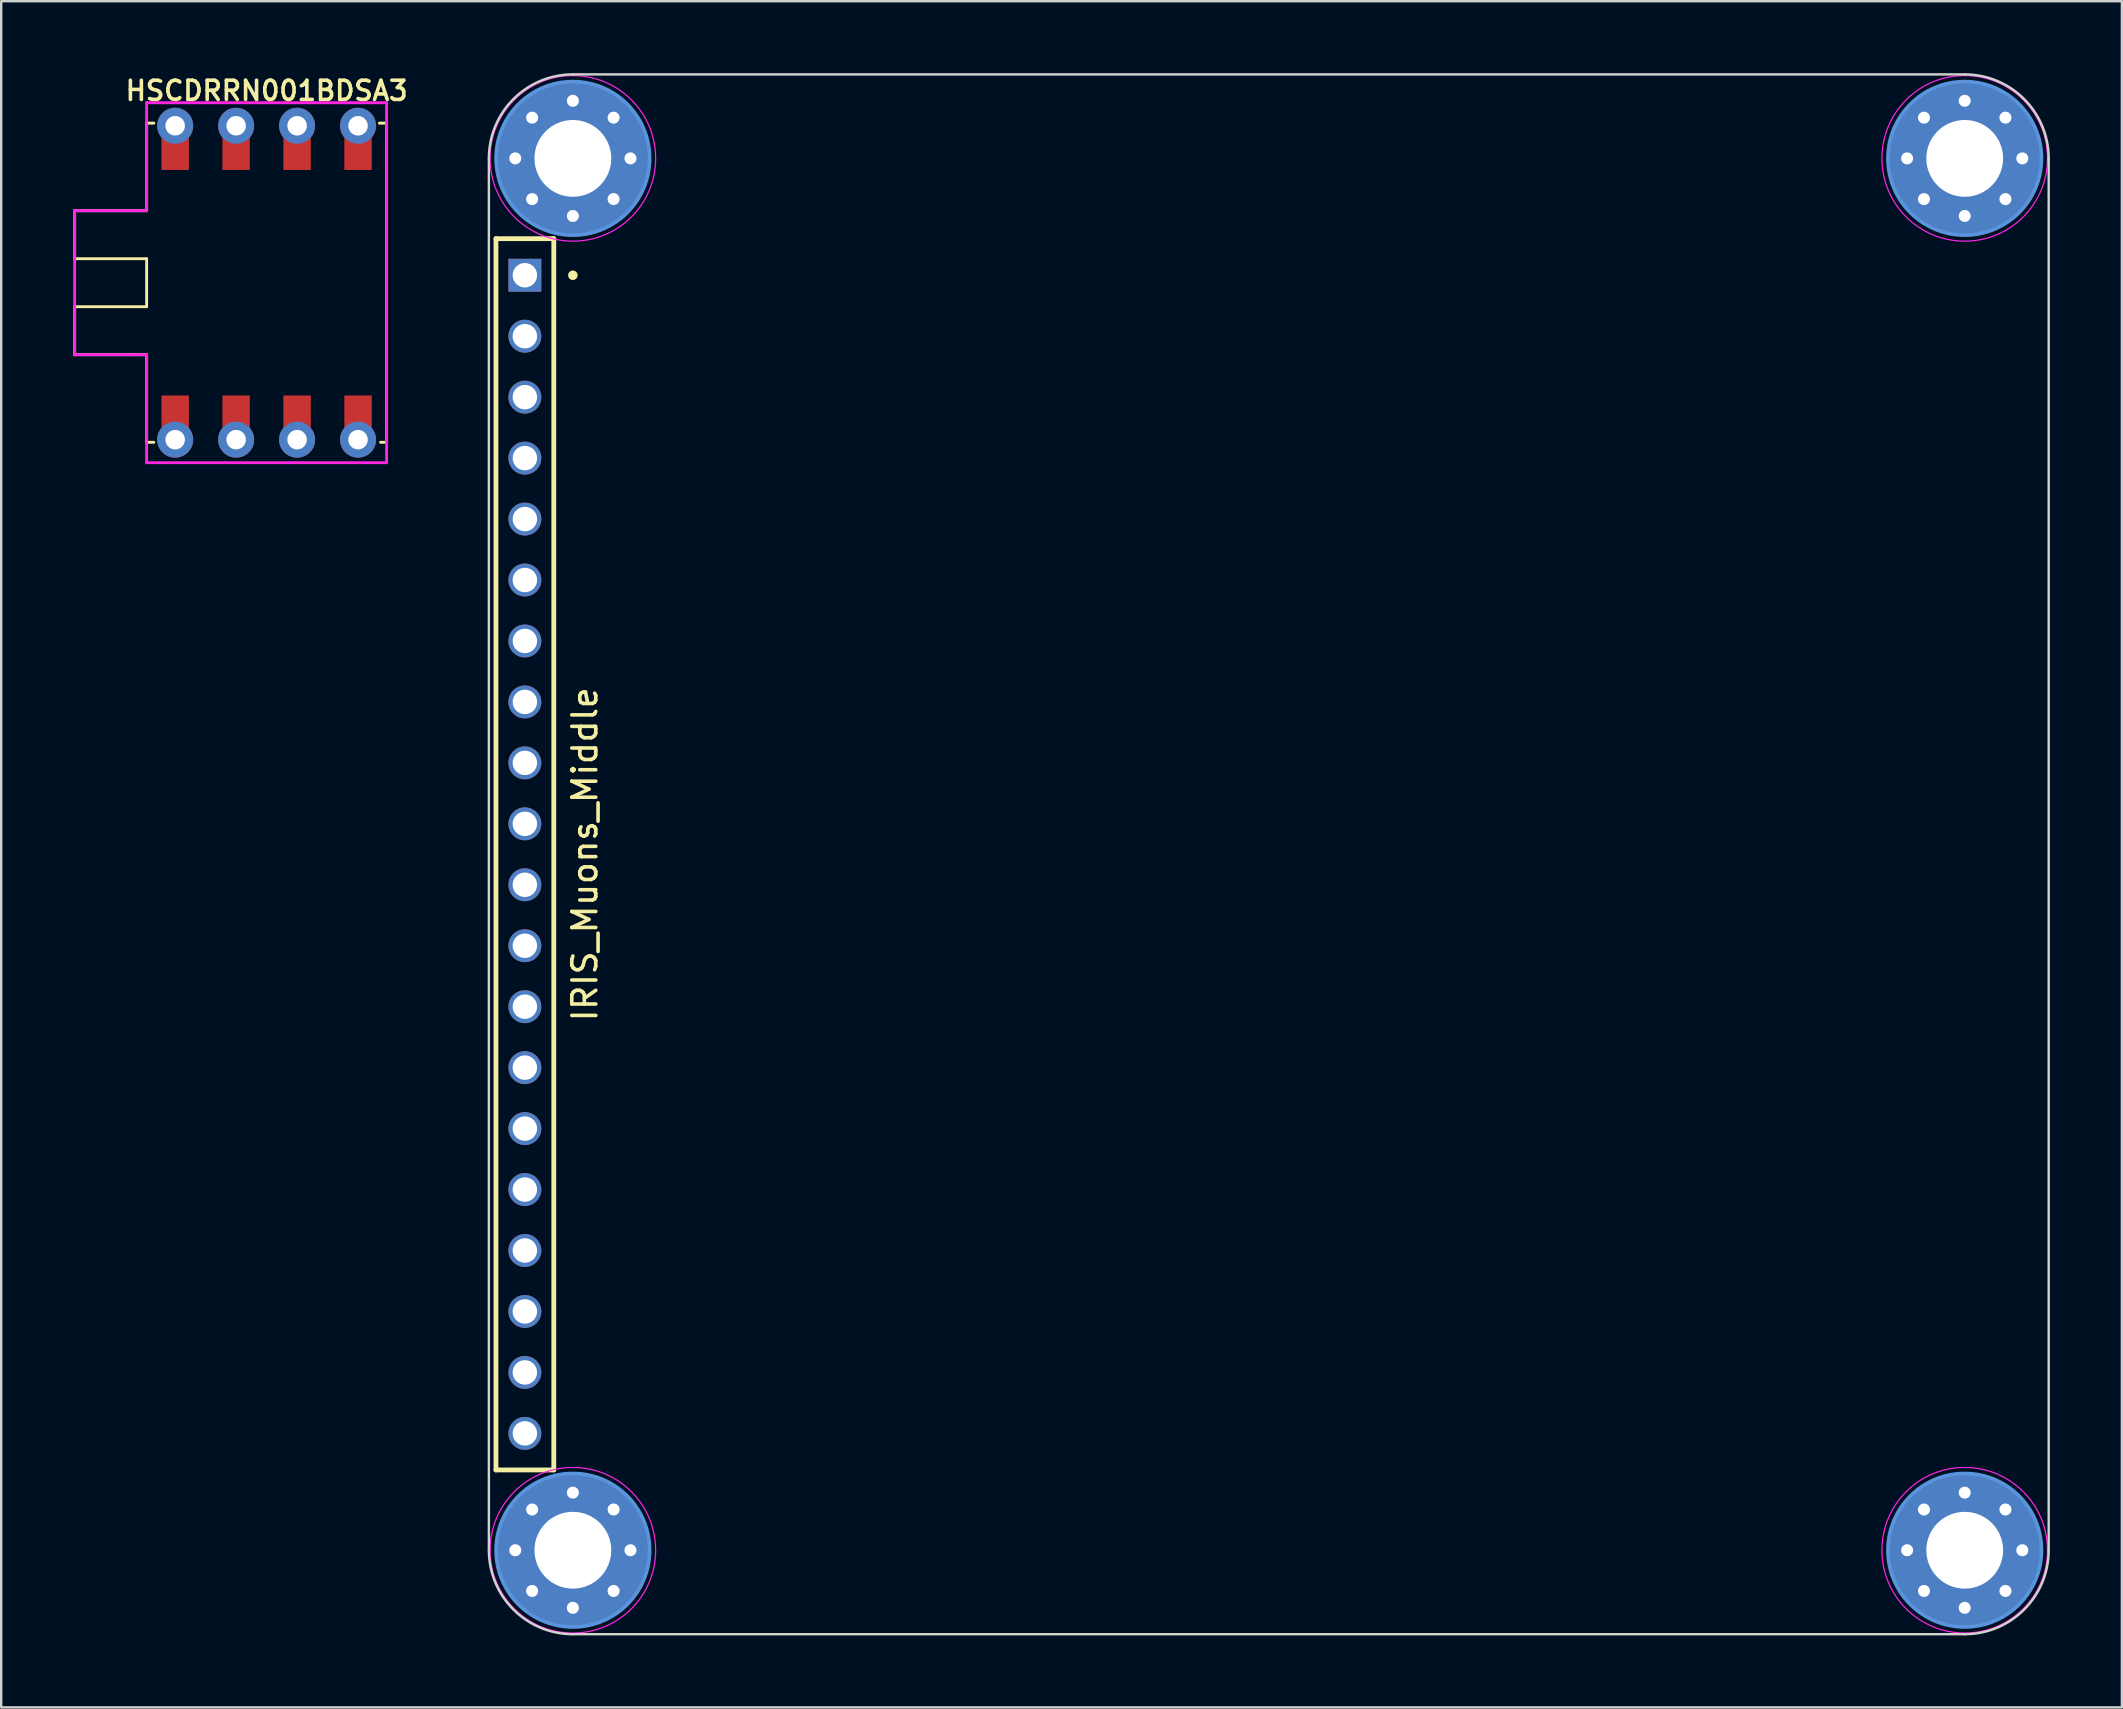
<source format=kicad_pcb>
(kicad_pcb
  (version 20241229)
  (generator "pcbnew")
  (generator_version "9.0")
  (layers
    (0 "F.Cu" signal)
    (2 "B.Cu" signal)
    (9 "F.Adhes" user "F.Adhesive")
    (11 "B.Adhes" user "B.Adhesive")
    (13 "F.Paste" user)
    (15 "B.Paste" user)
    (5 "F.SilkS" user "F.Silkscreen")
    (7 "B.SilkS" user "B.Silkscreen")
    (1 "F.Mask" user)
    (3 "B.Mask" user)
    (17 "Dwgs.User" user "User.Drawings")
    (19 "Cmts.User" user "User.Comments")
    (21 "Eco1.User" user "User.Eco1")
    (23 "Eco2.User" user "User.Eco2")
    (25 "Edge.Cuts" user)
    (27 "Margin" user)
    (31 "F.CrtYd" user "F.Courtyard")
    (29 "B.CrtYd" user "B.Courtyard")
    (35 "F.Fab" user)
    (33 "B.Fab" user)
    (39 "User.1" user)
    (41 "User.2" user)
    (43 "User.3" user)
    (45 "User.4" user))
  (footprint "HSCDRRN001BDSA3"
    (layer "F.Cu")
    (at 8.06 8.731)
    (property "Reference" "HSCDRRN001BDSA3" (at 0 -8 180) (layer "F.SilkS") (effects (font (size 0.8 0.8) (thickness 0.15))))
    (attr through_hole)
    (fp_line (start -8 -3) (end -5 -3) (stroke (width 0.12) (type solid)) (layer "F.SilkS"))
    (fp_line (start -8 -2) (end -8 -3) (stroke (width 0.12) (type solid)) (layer "F.SilkS"))
    (fp_line (start -8 -2) (end -8 -1) (stroke (width 0.12) (type solid)) (layer "F.SilkS"))
    (fp_line (start -8 -1) (end -5 -1) (stroke (width 0.12) (type solid)) (layer "F.SilkS"))
    (fp_line (start -8 1) (end -8 3) (stroke (width 0.12) (type solid)) (layer "F.SilkS"))
    (fp_line (start -8 1) (end -5 1) (stroke (width 0.12) (type solid)) (layer "F.SilkS"))
    (fp_line (start -8 3) (end -5.5 3) (stroke (width 0.12) (type solid)) (layer "F.SilkS"))
    (fp_line (start -5.5 3) (end -5 3) (stroke (width 0.12) (type solid)) (layer "F.SilkS"))
    (fp_line (start -5 -6.65) (end -4.7 -6.65) (stroke (width 0.12) (type solid)) (layer "F.SilkS"))
    (fp_line (start -5 -3) (end -5 -6.65) (stroke (width 0.12) (type solid)) (layer "F.SilkS"))
    (fp_line (start -5 -1) (end -5 1) (stroke (width 0.12) (type solid)) (layer "F.SilkS"))
    (fp_line (start -5 3) (end -5 6.65) (stroke (width 0.12) (type solid)) (layer "F.SilkS"))
    (fp_line (start -4.7 6.65) (end -5 6.65) (stroke (width 0.12) (type solid)) (layer "F.SilkS"))
    (fp_line (start 5 -6.65) (end 4.7 -6.65) (stroke (width 0.12) (type solid)) (layer "F.SilkS"))
    (fp_line (start 5 -6.65) (end 5 6.65) (stroke (width 0.12) (type solid)) (layer "F.SilkS"))
    (fp_line (start 5 6.65) (end 4.75 6.65) (stroke (width 0.12) (type solid)) (layer "F.SilkS"))
    (fp_line (start -8 -3) (end -8 3) (stroke (width 0.12) (type solid)) (layer "F.CrtYd"))
    (fp_line (start -8 3) (end -5 3) (stroke (width 0.12) (type solid)) (layer "F.CrtYd"))
    (fp_line (start -5 -7.5) (end -5 -3) (stroke (width 0.12) (type solid)) (layer "F.CrtYd"))
    (fp_line (start -5 -3) (end -8 -3) (stroke (width 0.12) (type solid)) (layer "F.CrtYd"))
    (fp_line (start -5 3) (end -5 7.5) (stroke (width 0.12) (type solid)) (layer "F.CrtYd"))
    (fp_line (start -5 7.5) (end 5 7.5) (stroke (width 0.12) (type solid)) (layer "F.CrtYd"))
    (fp_line (start 5 -7.5) (end -5 -7.5) (stroke (width 0.12) (type solid)) (layer "F.CrtYd"))
    (fp_line (start 5 7.5) (end 5 -7.5) (stroke (width 0.12) (type solid)) (layer "F.CrtYd"))
    (pad "1" smd rect (at -3.81 5.397) (size 1.143 1.397) (layers "F.Cu" "F.Mask"))
    (pad "1" thru_hole circle (at -3.81 6.54) (size 1.5 1.5) (drill 0.813) (layers "*.Cu" "*.Mask"))
    (pad "2" smd rect (at -1.27 5.397) (size 1.143 1.397) (layers "F.Cu" "F.Mask"))
    (pad "2" thru_hole circle (at -1.27 6.54) (size 1.5 1.5) (drill 0.813) (layers "*.Cu" "*.Mask"))
    (pad "3" smd rect (at 1.27 5.397) (size 1.143 1.397) (layers "F.Cu" "F.Mask"))
    (pad "3" thru_hole circle (at 1.27 6.54) (size 1.5 1.5) (drill 0.813) (layers "*.Cu" "*.Mask"))
    (pad "4" smd rect (at 3.81 5.397) (size 1.143 1.397) (layers "F.Cu" "F.Mask"))
    (pad "4" thru_hole circle (at 3.81 6.54) (size 1.5 1.5) (drill 0.813) (layers "*.Cu" "*.Mask"))
    (pad "5" thru_hole circle (at 3.81 -6.54) (size 1.5 1.5) (drill 0.813) (layers "*.Cu" "*.Mask"))
    (pad "5" smd rect (at 3.81 -5.397 180) (size 1.143 1.397) (layers "F.Cu" "F.Mask"))
    (pad "6" thru_hole circle (at 1.27 -6.54) (size 1.5 1.5) (drill 0.813) (layers "*.Cu" "*.Mask"))
    (pad "6" smd rect (at 1.27 -5.397 180) (size 1.143 1.397) (layers "F.Cu" "F.Mask"))
    (pad "7" thru_hole circle (at -1.27 -6.54) (size 1.5 1.5) (drill 0.813) (layers "*.Cu" "*.Mask"))
    (pad "7" smd rect (at -1.27 -5.397 180) (size 1.143 1.397) (layers "F.Cu" "F.Mask"))
    (pad "8" thru_hole circle (at -3.81 -6.54) (size 1.5 1.5) (drill 0.813) (layers "*.Cu" "*.Mask"))
    (pad "8" smd rect (at -3.81 -5.397 180) (size 1.143 1.397) (layers "F.Cu" "F.Mask")))
  (footprint "IRIS_Muons_Middle"
    (layer "F.Cu")
    (at 17.322 32.55)
    (property "Reference" "IRIS_Muons_Middle" (at 4 0 90) (layer "F.SilkS") (effects (font (size 1 1) (thickness 0.15))))
    (attr exclude_from_pos_files exclude_from_bom)
    (fp_line (start 0.295 -25.655) (end 2.705 -25.655) (stroke (width 0.2) (type solid)) (layer "F.SilkS"))
    (fp_line (start 0.295 25.655) (end 0.295 -25.655) (stroke (width 0.2) (type solid)) (layer "F.SilkS"))
    (fp_line (start 2.705 25.655) (end 0.295 25.655) (stroke (width 0.2) (type solid)) (layer "F.SilkS"))
    (fp_line (start 2.705 25.655) (end 2.705 -25.655) (stroke (width 0.2) (type solid)) (layer "F.SilkS"))
    (fp_circle (center 3.5 -24.13) (end 3.5 -24.03) (stroke (width 0.2) (type solid)) (fill no) (layer "F.SilkS"))
    (fp_circle (center 3.5 -29) (end 6.7 -29) (stroke (width 0.15) (type solid)) (fill no) (layer "Cmts.User"))
    (fp_circle (center 3.5 29) (end 6.7 29) (stroke (width 0.15) (type solid)) (fill no) (layer "Cmts.User"))
    (fp_circle (center 61.5 -29) (end 64.7 -29) (stroke (width 0.15) (type solid)) (fill no) (layer "Cmts.User"))
    (fp_circle (center 61.5 29) (end 64.7 29) (stroke (width 0.15) (type solid)) (fill no) (layer "Cmts.User"))
    (fp_line (start 0 -29) (end 0 29) (stroke (width 0.1) (type solid)) (layer "Edge.Cuts"))
    (fp_line (start 3.5 -32.5) (end 61.5 -32.5) (stroke (width 0.1) (type solid)) (layer "Edge.Cuts"))
    (fp_line (start 61.5 32.5) (end 3.5 32.5) (stroke (width 0.1) (type solid)) (layer "Edge.Cuts"))
    (fp_line (start 65 -29) (end 65 29) (stroke (width 0.1) (type solid)) (layer "Edge.Cuts"))
    (fp_arc (start 0 -29) (mid 1.025126 -31.474874) (end 3.5 -32.5) (stroke (width 0.1) (type solid)) (layer "Edge.Cuts"))
    (fp_arc (start 3.5 32.5) (mid 1.025126 31.474874) (end 0 29) (stroke (width 0.1) (type solid)) (layer "Edge.Cuts"))
    (fp_arc (start 61.5 -32.5) (mid 63.974874 -31.474874) (end 65 -29) (stroke (width 0.1) (type solid)) (layer "Edge.Cuts"))
    (fp_arc (start 65 29) (mid 63.974874 31.474874) (end 61.5 32.5) (stroke (width 0.1) (type solid)) (layer "Edge.Cuts"))
    (fp_circle (center 3.5 -29) (end 6.95 -29) (stroke (width 0.05) (type solid)) (fill no) (layer "F.CrtYd"))
    (fp_circle (center 3.5 29) (end 6.95 29) (stroke (width 0.05) (type solid)) (fill no) (layer "F.CrtYd"))
    (fp_circle (center 61.5 -29) (end 64.95 -29) (stroke (width 0.05) (type solid)) (fill no) (layer "F.CrtYd"))
    (fp_circle (center 61.5 29) (end 64.95 29) (stroke (width 0.05) (type solid)) (fill no) (layer "F.CrtYd"))
    (pad "1" thru_hole rect (at 1.5 -24.13 270) (size 1.37 1.37) (drill 1.02) (layers "*.Cu" "*.Mask"))
    (pad "2" thru_hole circle (at 1.5 -21.59 270) (size 1.37 1.37) (drill 1.02) (layers "*.Cu" "*.Mask"))
    (pad "3" thru_hole circle (at 1.5 -19.05 270) (size 1.37 1.37) (drill 1.02) (layers "*.Cu" "*.Mask"))
    (pad "4" thru_hole circle (at 1.5 -16.51 270) (size 1.37 1.37) (drill 1.02) (layers "*.Cu" "*.Mask"))
    (pad "5" thru_hole circle (at 1.5 -13.97 270) (size 1.37 1.37) (drill 1.02) (layers "*.Cu" "*.Mask"))
    (pad "6" thru_hole circle (at 1.5 -11.43 270) (size 1.37 1.37) (drill 1.02) (layers "*.Cu" "*.Mask"))
    (pad "7" thru_hole circle (at 1.5 -8.89 270) (size 1.37 1.37) (drill 1.02) (layers "*.Cu" "*.Mask"))
    (pad "8" thru_hole circle (at 1.5 -6.35 270) (size 1.37 1.37) (drill 1.02) (layers "*.Cu" "*.Mask"))
    (pad "9" thru_hole circle (at 1.5 -3.81 270) (size 1.37 1.37) (drill 1.02) (layers "*.Cu" "*.Mask"))
    (pad "10" thru_hole circle (at 1.5 -1.27 270) (size 1.37 1.37) (drill 1.02) (layers "*.Cu" "*.Mask"))
    (pad "11" thru_hole circle (at 1.5 1.27 270) (size 1.37 1.37) (drill 1.02) (layers "*.Cu" "*.Mask"))
    (pad "12" thru_hole circle (at 1.5 3.81 270) (size 1.37 1.37) (drill 1.02) (layers "*.Cu" "*.Mask"))
    (pad "13" thru_hole circle (at 1.5 6.35 270) (size 1.37 1.37) (drill 1.02) (layers "*.Cu" "*.Mask"))
    (pad "14" thru_hole circle (at 1.5 8.89 270) (size 1.37 1.37) (drill 1.02) (layers "*.Cu" "*.Mask"))
    (pad "15" thru_hole circle (at 1.5 11.43 270) (size 1.37 1.37) (drill 1.02) (layers "*.Cu" "*.Mask"))
    (pad "16" thru_hole circle (at 1.5 13.97 270) (size 1.37 1.37) (drill 1.02) (layers "*.Cu" "*.Mask"))
    (pad "17" thru_hole circle (at 1.5 16.51 270) (size 1.37 1.37) (drill 1.02) (layers "*.Cu" "*.Mask"))
    (pad "18" thru_hole circle (at 1.5 19.05 270) (size 1.37 1.37) (drill 1.02) (layers "*.Cu" "*.Mask"))
    (pad "19" thru_hole circle (at 1.5 21.59 270) (size 1.37 1.37) (drill 1.02) (layers "*.Cu" "*.Mask"))
    (pad "20" thru_hole circle (at 1.5 24.13 270) (size 1.37 1.37) (drill 1.02) (layers "*.Cu" "*.Mask"))
    (pad "MP" thru_hole circle (at 1.1 -29) (size 0.8 0.8) (drill 0.5) (layers "*.Cu" "*.Mask"))
    (pad "MP" thru_hole circle (at 1.1 29) (size 0.8 0.8) (drill 0.5) (layers "*.Cu" "*.Mask"))
    (pad "MP" thru_hole circle (at 1.803 -30.697) (size 0.8 0.8) (drill 0.5) (layers "*.Cu" "*.Mask"))
    (pad "MP" thru_hole circle (at 1.803 -27.303) (size 0.8 0.8) (drill 0.5) (layers "*.Cu" "*.Mask"))
    (pad "MP" thru_hole circle (at 1.803 27.303) (size 0.8 0.8) (drill 0.5) (layers "*.Cu" "*.Mask"))
    (pad "MP" thru_hole circle (at 1.803 30.697) (size 0.8 0.8) (drill 0.5) (layers "*.Cu" "*.Mask"))
    (pad "MP" thru_hole circle (at 3.5 -31.4) (size 0.8 0.8) (drill 0.5) (layers "*.Cu" "*.Mask"))
    (pad "MP" thru_hole circle (at 3.5 -29) (size 6.4 6.4) (drill 3.2) (layers "*.Cu" "*.Mask"))
    (pad "MP" thru_hole circle (at 3.5 -26.6) (size 0.8 0.8) (drill 0.5) (layers "*.Cu" "*.Mask"))
    (pad "MP" thru_hole circle (at 3.5 26.6) (size 0.8 0.8) (drill 0.5) (layers "*.Cu" "*.Mask"))
    (pad "MP" thru_hole circle (at 3.5 29) (size 6.4 6.4) (drill 3.2) (layers "*.Cu" "*.Mask"))
    (pad "MP" thru_hole circle (at 3.5 31.4) (size 0.8 0.8) (drill 0.5) (layers "*.Cu" "*.Mask"))
    (pad "MP" thru_hole circle (at 5.197 -30.697) (size 0.8 0.8) (drill 0.5) (layers "*.Cu" "*.Mask"))
    (pad "MP" thru_hole circle (at 5.197 -27.303) (size 0.8 0.8) (drill 0.5) (layers "*.Cu" "*.Mask"))
    (pad "MP" thru_hole circle (at 5.197 27.303) (size 0.8 0.8) (drill 0.5) (layers "*.Cu" "*.Mask"))
    (pad "MP" thru_hole circle (at 5.197 30.697) (size 0.8 0.8) (drill 0.5) (layers "*.Cu" "*.Mask"))
    (pad "MP" thru_hole circle (at 5.9 -29) (size 0.8 0.8) (drill 0.5) (layers "*.Cu" "*.Mask"))
    (pad "MP" thru_hole circle (at 5.9 29) (size 0.8 0.8) (drill 0.5) (layers "*.Cu" "*.Mask"))
    (pad "MP" thru_hole circle (at 59.1 -29) (size 0.8 0.8) (drill 0.5) (layers "*.Cu" "*.Mask"))
    (pad "MP" thru_hole circle (at 59.1 29) (size 0.8 0.8) (drill 0.5) (layers "*.Cu" "*.Mask"))
    (pad "MP" thru_hole circle (at 59.803 -30.697) (size 0.8 0.8) (drill 0.5) (layers "*.Cu" "*.Mask"))
    (pad "MP" thru_hole circle (at 59.803 -27.303) (size 0.8 0.8) (drill 0.5) (layers "*.Cu" "*.Mask"))
    (pad "MP" thru_hole circle (at 59.803 27.303) (size 0.8 0.8) (drill 0.5) (layers "*.Cu" "*.Mask"))
    (pad "MP" thru_hole circle (at 59.803 30.697) (size 0.8 0.8) (drill 0.5) (layers "*.Cu" "*.Mask"))
    (pad "MP" thru_hole circle (at 61.5 -31.4) (size 0.8 0.8) (drill 0.5) (layers "*.Cu" "*.Mask"))
    (pad "MP" thru_hole circle (at 61.5 -29) (size 6.4 6.4) (drill 3.2) (layers "*.Cu" "*.Mask"))
    (pad "MP" thru_hole circle (at 61.5 -26.6) (size 0.8 0.8) (drill 0.5) (layers "*.Cu" "*.Mask"))
    (pad "MP" thru_hole circle (at 61.5 26.6) (size 0.8 0.8) (drill 0.5) (layers "*.Cu" "*.Mask"))
    (pad "MP" thru_hole circle (at 61.5 29) (size 6.4 6.4) (drill 3.2) (layers "*.Cu" "*.Mask"))
    (pad "MP" thru_hole circle (at 61.5 31.4) (size 0.8 0.8) (drill 0.5) (layers "*.Cu" "*.Mask"))
    (pad "MP" thru_hole circle (at 63.197 -30.697) (size 0.8 0.8) (drill 0.5) (layers "*.Cu" "*.Mask"))
    (pad "MP" thru_hole circle (at 63.197 -27.303) (size 0.8 0.8) (drill 0.5) (layers "*.Cu" "*.Mask"))
    (pad "MP" thru_hole circle (at 63.197 27.303) (size 0.8 0.8) (drill 0.5) (layers "*.Cu" "*.Mask"))
    (pad "MP" thru_hole circle (at 63.197 30.697) (size 0.8 0.8) (drill 0.5) (layers "*.Cu" "*.Mask"))
    (pad "MP" thru_hole circle (at 63.9 -29) (size 0.8 0.8) (drill 0.5) (layers "*.Cu" "*.Mask"))
    (pad "MP" thru_hole circle (at 63.9 29) (size 0.8 0.8) (drill 0.5) (layers "*.Cu" "*.Mask")))
  (gr_rect
    (start -3 -3)
    (end 85.372 68.1)
    (stroke (width 0.1) (type default))
    (fill no)
    (layer "Edge.Cuts")))
</source>
